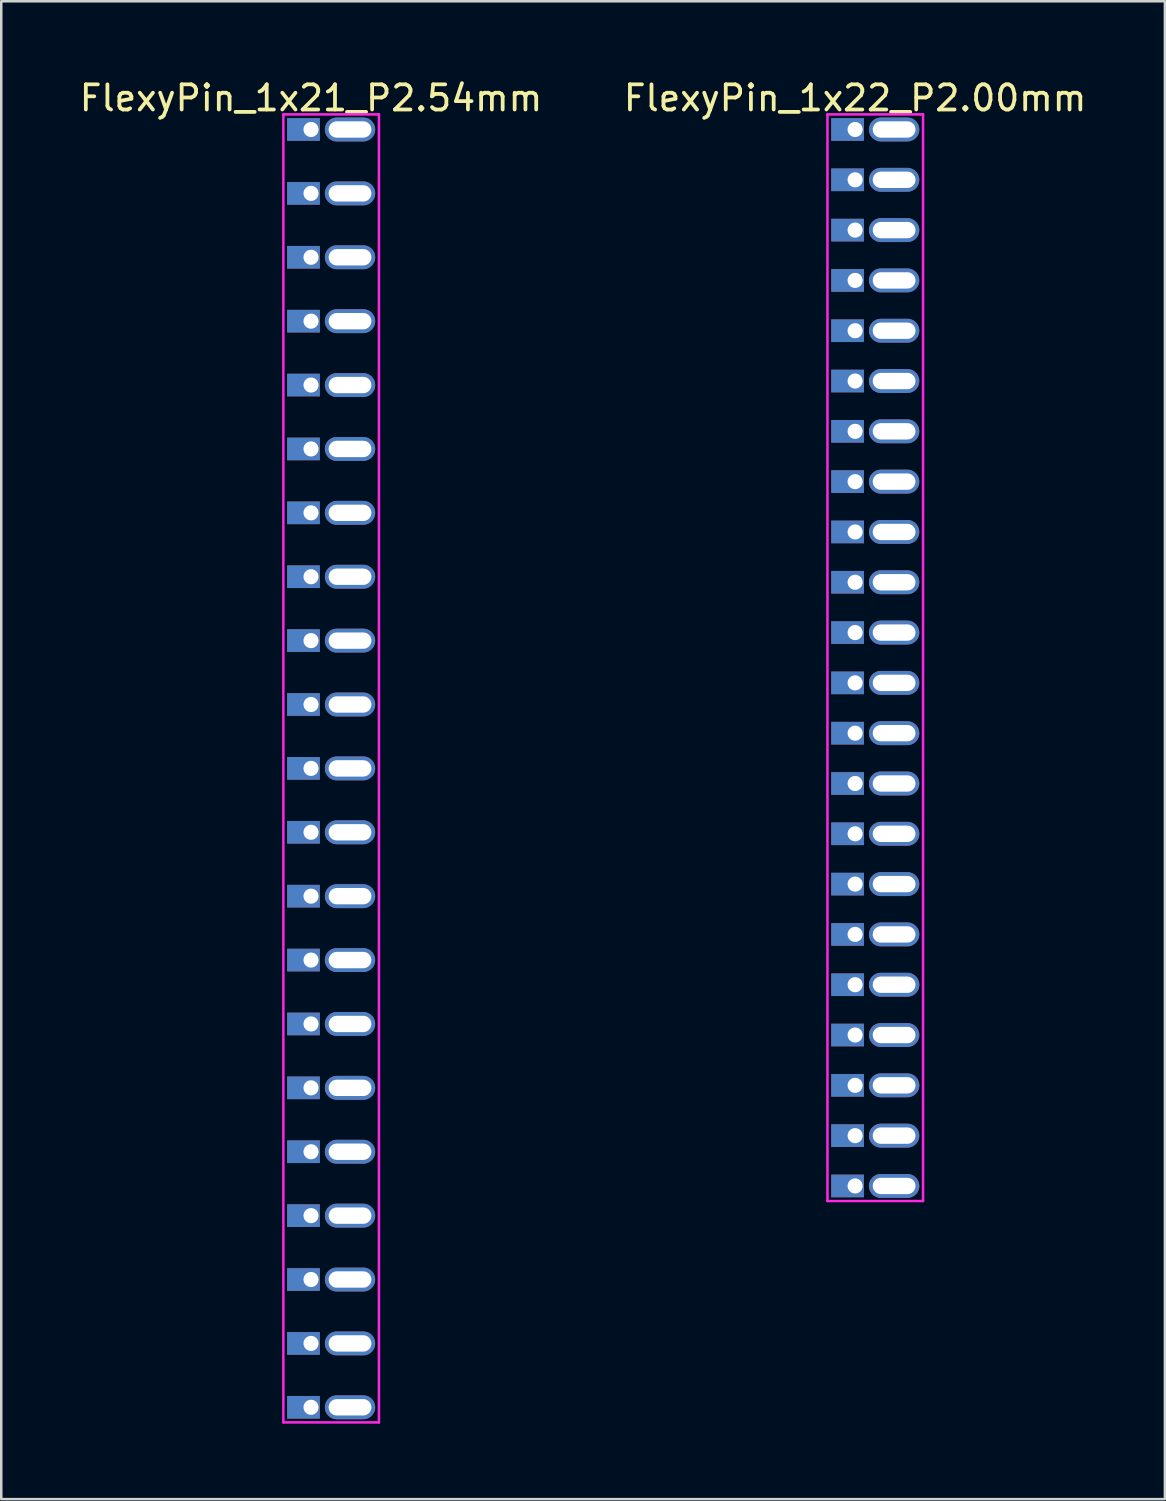
<source format=kicad_pcb>
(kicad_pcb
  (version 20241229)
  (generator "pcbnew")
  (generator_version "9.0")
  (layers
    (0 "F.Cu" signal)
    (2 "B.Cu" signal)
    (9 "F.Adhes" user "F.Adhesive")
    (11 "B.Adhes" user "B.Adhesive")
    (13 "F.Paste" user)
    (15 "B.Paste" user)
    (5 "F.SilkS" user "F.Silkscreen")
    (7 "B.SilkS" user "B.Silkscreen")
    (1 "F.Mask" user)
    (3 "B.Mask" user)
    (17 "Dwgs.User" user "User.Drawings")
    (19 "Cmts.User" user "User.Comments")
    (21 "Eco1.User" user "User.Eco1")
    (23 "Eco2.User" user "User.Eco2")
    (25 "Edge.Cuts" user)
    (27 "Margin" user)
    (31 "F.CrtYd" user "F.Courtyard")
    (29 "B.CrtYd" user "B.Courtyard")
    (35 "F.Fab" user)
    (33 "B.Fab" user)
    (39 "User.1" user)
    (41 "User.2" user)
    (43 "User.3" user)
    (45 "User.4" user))
  (footprint "FlexyPin_1x22_P2.00mm"
    (layer "F.Cu")
    (at 30.946 2.098)
    (property "Reference" "FlexyPin_1x22_P2.00mm" (at 0 -1.25 0) (layer "F.SilkS") (effects (font (size 1 1) (thickness 0.15))))
    (attr through_hole)
    (fp_line (start -1.1 -0.6) (end 2.7 -0.6) (stroke (width 0.1) (type solid)) (layer "F.CrtYd"))
    (fp_line (start -1.1 42.6) (end -1.1 -0.6) (stroke (width 0.1) (type solid)) (layer "F.CrtYd"))
    (fp_line (start 2.7 -0.6) (end 2.7 42.6) (stroke (width 0.1) (type solid)) (layer "F.CrtYd"))
    (fp_line (start 2.7 42.6) (end -1.1 42.6) (stroke (width 0.1) (type solid)) (layer "F.CrtYd"))
    (pad "" thru_hole oval (at 1.55 0) (size 2 0.95) (drill oval 1.7 0.65) (layers "*.Cu" "*.Mask"))
    (pad "" thru_hole oval (at 1.55 2) (size 2 0.95) (drill oval 1.7 0.65) (layers "*.Cu" "*.Mask"))
    (pad "" thru_hole oval (at 1.55 4) (size 2 0.95) (drill oval 1.7 0.65) (layers "*.Cu" "*.Mask"))
    (pad "" thru_hole oval (at 1.55 6) (size 2 0.95) (drill oval 1.7 0.65) (layers "*.Cu" "*.Mask"))
    (pad "" thru_hole oval (at 1.55 8) (size 2 0.95) (drill oval 1.7 0.65) (layers "*.Cu" "*.Mask"))
    (pad "" thru_hole oval (at 1.55 10) (size 2 0.95) (drill oval 1.7 0.65) (layers "*.Cu" "*.Mask"))
    (pad "" thru_hole oval (at 1.55 12) (size 2 0.95) (drill oval 1.7 0.65) (layers "*.Cu" "*.Mask"))
    (pad "" thru_hole oval (at 1.55 14) (size 2 0.95) (drill oval 1.7 0.65) (layers "*.Cu" "*.Mask"))
    (pad "" thru_hole oval (at 1.55 16) (size 2 0.95) (drill oval 1.7 0.65) (layers "*.Cu" "*.Mask"))
    (pad "" thru_hole oval (at 1.55 18) (size 2 0.95) (drill oval 1.7 0.65) (layers "*.Cu" "*.Mask"))
    (pad "" thru_hole oval (at 1.55 20) (size 2 0.95) (drill oval 1.7 0.65) (layers "*.Cu" "*.Mask"))
    (pad "" thru_hole oval (at 1.55 22) (size 2 0.95) (drill oval 1.7 0.65) (layers "*.Cu" "*.Mask"))
    (pad "" thru_hole oval (at 1.55 24) (size 2 0.95) (drill oval 1.7 0.65) (layers "*.Cu" "*.Mask"))
    (pad "" thru_hole oval (at 1.55 26) (size 2 0.95) (drill oval 1.7 0.65) (layers "*.Cu" "*.Mask"))
    (pad "" thru_hole oval (at 1.55 28) (size 2 0.95) (drill oval 1.7 0.65) (layers "*.Cu" "*.Mask"))
    (pad "" thru_hole oval (at 1.55 30) (size 2 0.95) (drill oval 1.7 0.65) (layers "*.Cu" "*.Mask"))
    (pad "" thru_hole oval (at 1.55 32) (size 2 0.95) (drill oval 1.7 0.65) (layers "*.Cu" "*.Mask"))
    (pad "" thru_hole oval (at 1.55 34) (size 2 0.95) (drill oval 1.7 0.65) (layers "*.Cu" "*.Mask"))
    (pad "" thru_hole oval (at 1.55 36) (size 2 0.95) (drill oval 1.7 0.65) (layers "*.Cu" "*.Mask"))
    (pad "" thru_hole oval (at 1.55 38) (size 2 0.95) (drill oval 1.7 0.65) (layers "*.Cu" "*.Mask"))
    (pad "" thru_hole oval (at 1.55 40) (size 2 0.95) (drill oval 1.7 0.65) (layers "*.Cu" "*.Mask"))
    (pad "" thru_hole oval (at 1.55 42) (size 2 0.95) (drill oval 1.7 0.65) (layers "*.Cu" "*.Mask"))
    (pad "1" thru_hole rect (at 0 0) (size 1.3 0.9) (drill 0.6 (offset -0.3 0)) (layers "*.Cu" "*.Mask"))
    (pad "2" thru_hole rect (at 0 2) (size 1.3 0.9) (drill 0.6 (offset -0.3 0)) (layers "*.Cu" "*.Mask"))
    (pad "3" thru_hole rect (at 0 4) (size 1.3 0.9) (drill 0.6 (offset -0.3 0)) (layers "*.Cu" "*.Mask"))
    (pad "4" thru_hole rect (at 0 6) (size 1.3 0.9) (drill 0.6 (offset -0.3 0)) (layers "*.Cu" "*.Mask"))
    (pad "5" thru_hole rect (at 0 8) (size 1.3 0.9) (drill 0.6 (offset -0.3 0)) (layers "*.Cu" "*.Mask"))
    (pad "6" thru_hole rect (at 0 10) (size 1.3 0.9) (drill 0.6 (offset -0.3 0)) (layers "*.Cu" "*.Mask"))
    (pad "7" thru_hole rect (at 0 12) (size 1.3 0.9) (drill 0.6 (offset -0.3 0)) (layers "*.Cu" "*.Mask"))
    (pad "8" thru_hole rect (at 0 14) (size 1.3 0.9) (drill 0.6 (offset -0.3 0)) (layers "*.Cu" "*.Mask"))
    (pad "9" thru_hole rect (at 0 16) (size 1.3 0.9) (drill 0.6 (offset -0.3 0)) (layers "*.Cu" "*.Mask"))
    (pad "10" thru_hole rect (at 0 18) (size 1.3 0.9) (drill 0.6 (offset -0.3 0)) (layers "*.Cu" "*.Mask"))
    (pad "11" thru_hole rect (at 0 20) (size 1.3 0.9) (drill 0.6 (offset -0.3 0)) (layers "*.Cu" "*.Mask"))
    (pad "12" thru_hole rect (at 0 22) (size 1.3 0.9) (drill 0.6 (offset -0.3 0)) (layers "*.Cu" "*.Mask"))
    (pad "13" thru_hole rect (at 0 24) (size 1.3 0.9) (drill 0.6 (offset -0.3 0)) (layers "*.Cu" "*.Mask"))
    (pad "14" thru_hole rect (at 0 26) (size 1.3 0.9) (drill 0.6 (offset -0.3 0)) (layers "*.Cu" "*.Mask"))
    (pad "15" thru_hole rect (at 0 28) (size 1.3 0.9) (drill 0.6 (offset -0.3 0)) (layers "*.Cu" "*.Mask"))
    (pad "16" thru_hole rect (at 0 30) (size 1.3 0.9) (drill 0.6 (offset -0.3 0)) (layers "*.Cu" "*.Mask"))
    (pad "17" thru_hole rect (at 0 32) (size 1.3 0.9) (drill 0.6 (offset -0.3 0)) (layers "*.Cu" "*.Mask"))
    (pad "18" thru_hole rect (at 0 34) (size 1.3 0.9) (drill 0.6 (offset -0.3 0)) (layers "*.Cu" "*.Mask"))
    (pad "19" thru_hole rect (at 0 36) (size 1.3 0.9) (drill 0.6 (offset -0.3 0)) (layers "*.Cu" "*.Mask"))
    (pad "20" thru_hole rect (at 0 38) (size 1.3 0.9) (drill 0.6 (offset -0.3 0)) (layers "*.Cu" "*.Mask"))
    (pad "21" thru_hole rect (at 0 40) (size 1.3 0.9) (drill 0.6 (offset -0.3 0)) (layers "*.Cu" "*.Mask"))
    (pad "22" thru_hole rect (at 0 42) (size 1.3 0.9) (drill 0.6 (offset -0.3 0)) (layers "*.Cu" "*.Mask")))
  (footprint "FlexyPin_1x21_P2.54mm"
    (layer "F.Cu")
    (at 9.315 2.098)
    (property "Reference" "FlexyPin_1x21_P2.54mm" (at 0 -1.25 0) (layer "F.SilkS") (effects (font (size 1 1) (thickness 0.15))))
    (attr through_hole)
    (fp_line (start -1.1 -0.6) (end 2.7 -0.6) (stroke (width 0.1) (type solid)) (layer "F.CrtYd"))
    (fp_line (start -1.1 51.4) (end -1.1 -0.6) (stroke (width 0.1) (type solid)) (layer "F.CrtYd"))
    (fp_line (start 2.7 -0.6) (end 2.7 51.4) (stroke (width 0.1) (type solid)) (layer "F.CrtYd"))
    (fp_line (start 2.7 51.4) (end -1.1 51.4) (stroke (width 0.1) (type solid)) (layer "F.CrtYd"))
    (pad "" thru_hole oval (at 1.55 0) (size 2 0.95) (drill oval 1.7 0.65) (layers "*.Cu" "*.Mask"))
    (pad "" thru_hole oval (at 1.55 2.54) (size 2 0.95) (drill oval 1.7 0.65) (layers "*.Cu" "*.Mask"))
    (pad "" thru_hole oval (at 1.55 5.08) (size 2 0.95) (drill oval 1.7 0.65) (layers "*.Cu" "*.Mask"))
    (pad "" thru_hole oval (at 1.55 7.62) (size 2 0.95) (drill oval 1.7 0.65) (layers "*.Cu" "*.Mask"))
    (pad "" thru_hole oval (at 1.55 10.16) (size 2 0.95) (drill oval 1.7 0.65) (layers "*.Cu" "*.Mask"))
    (pad "" thru_hole oval (at 1.55 12.7) (size 2 0.95) (drill oval 1.7 0.65) (layers "*.Cu" "*.Mask"))
    (pad "" thru_hole oval (at 1.55 15.24) (size 2 0.95) (drill oval 1.7 0.65) (layers "*.Cu" "*.Mask"))
    (pad "" thru_hole oval (at 1.55 17.78) (size 2 0.95) (drill oval 1.7 0.65) (layers "*.Cu" "*.Mask"))
    (pad "" thru_hole oval (at 1.55 20.32) (size 2 0.95) (drill oval 1.7 0.65) (layers "*.Cu" "*.Mask"))
    (pad "" thru_hole oval (at 1.55 22.86) (size 2 0.95) (drill oval 1.7 0.65) (layers "*.Cu" "*.Mask"))
    (pad "" thru_hole oval (at 1.55 25.4) (size 2 0.95) (drill oval 1.7 0.65) (layers "*.Cu" "*.Mask"))
    (pad "" thru_hole oval (at 1.55 27.94) (size 2 0.95) (drill oval 1.7 0.65) (layers "*.Cu" "*.Mask"))
    (pad "" thru_hole oval (at 1.55 30.48) (size 2 0.95) (drill oval 1.7 0.65) (layers "*.Cu" "*.Mask"))
    (pad "" thru_hole oval (at 1.55 33.02) (size 2 0.95) (drill oval 1.7 0.65) (layers "*.Cu" "*.Mask"))
    (pad "" thru_hole oval (at 1.55 35.56) (size 2 0.95) (drill oval 1.7 0.65) (layers "*.Cu" "*.Mask"))
    (pad "" thru_hole oval (at 1.55 38.1) (size 2 0.95) (drill oval 1.7 0.65) (layers "*.Cu" "*.Mask"))
    (pad "" thru_hole oval (at 1.55 40.64) (size 2 0.95) (drill oval 1.7 0.65) (layers "*.Cu" "*.Mask"))
    (pad "" thru_hole oval (at 1.55 43.18) (size 2 0.95) (drill oval 1.7 0.65) (layers "*.Cu" "*.Mask"))
    (pad "" thru_hole oval (at 1.55 45.72) (size 2 0.95) (drill oval 1.7 0.65) (layers "*.Cu" "*.Mask"))
    (pad "" thru_hole oval (at 1.55 48.26) (size 2 0.95) (drill oval 1.7 0.65) (layers "*.Cu" "*.Mask"))
    (pad "" thru_hole oval (at 1.55 50.8) (size 2 0.95) (drill oval 1.7 0.65) (layers "*.Cu" "*.Mask"))
    (pad "1" thru_hole rect (at 0 0) (size 1.3 0.9) (drill 0.6 (offset -0.3 0)) (layers "*.Cu" "*.Mask"))
    (pad "2" thru_hole rect (at 0 2.54) (size 1.3 0.9) (drill 0.6 (offset -0.3 0)) (layers "*.Cu" "*.Mask"))
    (pad "3" thru_hole rect (at 0 5.08) (size 1.3 0.9) (drill 0.6 (offset -0.3 0)) (layers "*.Cu" "*.Mask"))
    (pad "4" thru_hole rect (at 0 7.62) (size 1.3 0.9) (drill 0.6 (offset -0.3 0)) (layers "*.Cu" "*.Mask"))
    (pad "5" thru_hole rect (at 0 10.16) (size 1.3 0.9) (drill 0.6 (offset -0.3 0)) (layers "*.Cu" "*.Mask"))
    (pad "6" thru_hole rect (at 0 12.7) (size 1.3 0.9) (drill 0.6 (offset -0.3 0)) (layers "*.Cu" "*.Mask"))
    (pad "7" thru_hole rect (at 0 15.24) (size 1.3 0.9) (drill 0.6 (offset -0.3 0)) (layers "*.Cu" "*.Mask"))
    (pad "8" thru_hole rect (at 0 17.78) (size 1.3 0.9) (drill 0.6 (offset -0.3 0)) (layers "*.Cu" "*.Mask"))
    (pad "9" thru_hole rect (at 0 20.32) (size 1.3 0.9) (drill 0.6 (offset -0.3 0)) (layers "*.Cu" "*.Mask"))
    (pad "10" thru_hole rect (at 0 22.86) (size 1.3 0.9) (drill 0.6 (offset -0.3 0)) (layers "*.Cu" "*.Mask"))
    (pad "11" thru_hole rect (at 0 25.4) (size 1.3 0.9) (drill 0.6 (offset -0.3 0)) (layers "*.Cu" "*.Mask"))
    (pad "12" thru_hole rect (at 0 27.94) (size 1.3 0.9) (drill 0.6 (offset -0.3 0)) (layers "*.Cu" "*.Mask"))
    (pad "13" thru_hole rect (at 0 30.48) (size 1.3 0.9) (drill 0.6 (offset -0.3 0)) (layers "*.Cu" "*.Mask"))
    (pad "14" thru_hole rect (at 0 33.02) (size 1.3 0.9) (drill 0.6 (offset -0.3 0)) (layers "*.Cu" "*.Mask"))
    (pad "15" thru_hole rect (at 0 35.56) (size 1.3 0.9) (drill 0.6 (offset -0.3 0)) (layers "*.Cu" "*.Mask"))
    (pad "16" thru_hole rect (at 0 38.1) (size 1.3 0.9) (drill 0.6 (offset -0.3 0)) (layers "*.Cu" "*.Mask"))
    (pad "17" thru_hole rect (at 0 40.64) (size 1.3 0.9) (drill 0.6 (offset -0.3 0)) (layers "*.Cu" "*.Mask"))
    (pad "18" thru_hole rect (at 0 43.18) (size 1.3 0.9) (drill 0.6 (offset -0.3 0)) (layers "*.Cu" "*.Mask"))
    (pad "19" thru_hole rect (at 0 45.72) (size 1.3 0.9) (drill 0.6 (offset -0.3 0)) (layers "*.Cu" "*.Mask"))
    (pad "20" thru_hole rect (at 0 48.26) (size 1.3 0.9) (drill 0.6 (offset -0.3 0)) (layers "*.Cu" "*.Mask"))
    (pad "21" thru_hole rect (at 0 50.8) (size 1.3 0.9) (drill 0.6 (offset -0.3 0)) (layers "*.Cu" "*.Mask")))
  (gr_rect
    (start -3 -3)
    (end 43.262 56.548)
    (stroke (width 0.1) (type default))
    (fill no)
    (layer "Edge.Cuts")))
</source>
